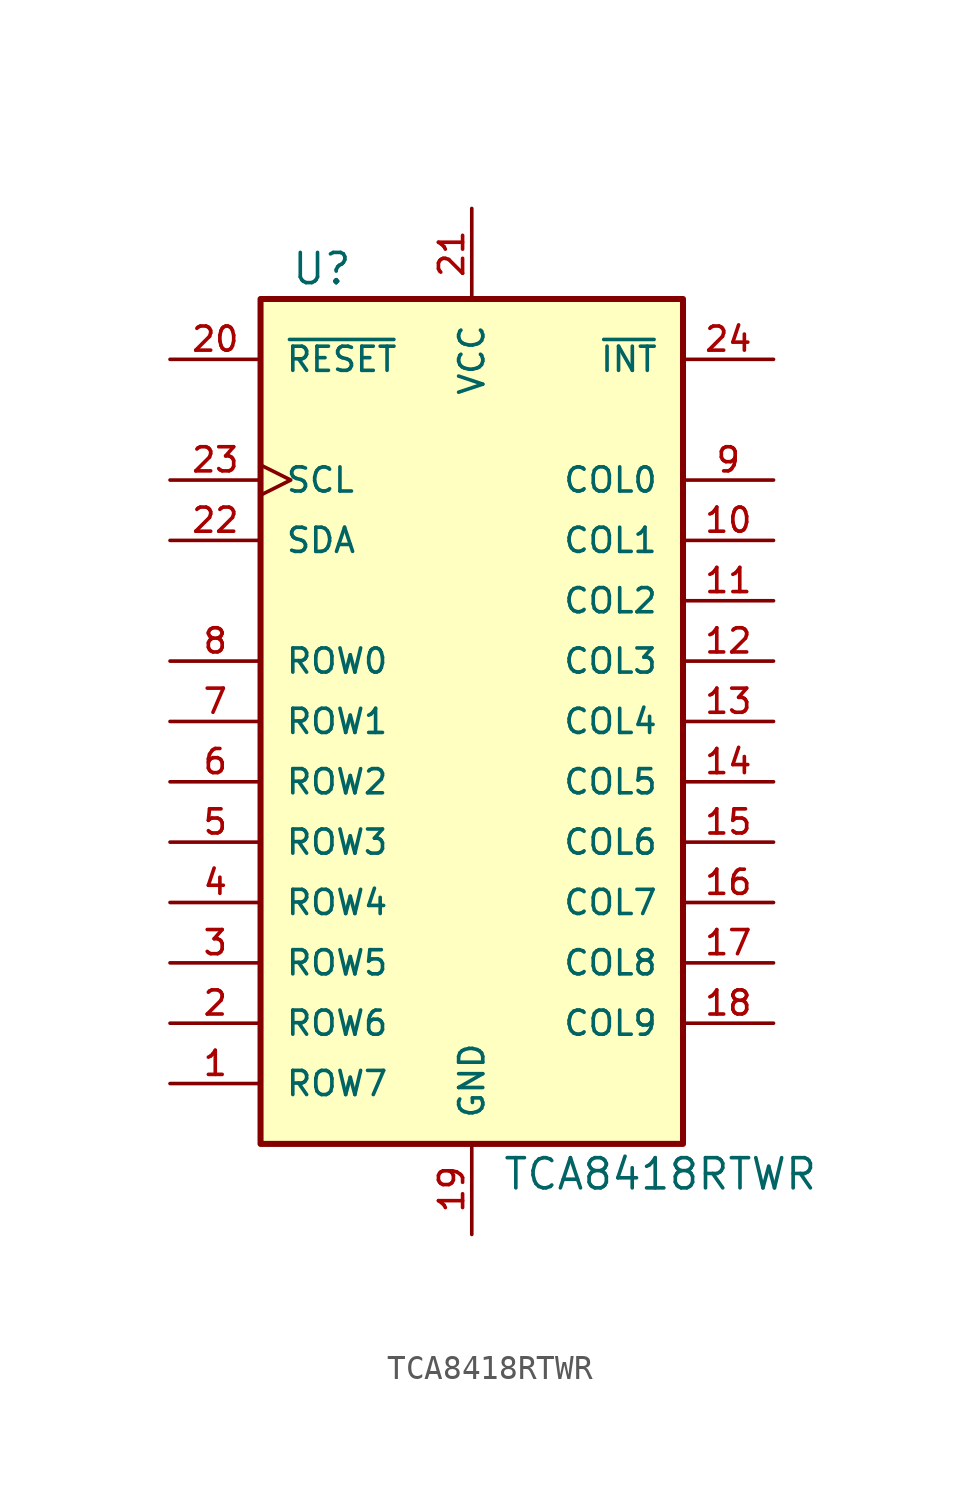
<source format=kicad_sym>
(kicad_symbol_lib
  (version 20241209)
  (generator "kicad_symbol_editor")
  (generator_version "9.0")
  (symbol "TCA8418RTWR"
    (pin_names
      (offset 1.016))
    (property "Reference" "U"
      (at -7.62 19.05 0)
      (effects (font (size 1.27 1.27)) (justify left)))
    (property "Value" "TCA8418RTWR"
      (at 1.27 -19.05 0)
      (effects (font (size 1.27 1.27)) (justify left)))
    (symbol "TCA8418RTWR_0_0"
      (rectangle (start -8.89 17.78) (end 8.89 -17.78) (stroke (width 0.254) (type default)) (fill (type background)))
      (pin input line (at -12.7 15.24 0) (length 3.81) (name "~{RESET}" (effects (font (size 1.016 1.016)))) (number "20" (effects (font (size 1.016 1.016)))))
      (pin input clock (at -12.7 10.16 0) (length 3.81) (name "SCL" (effects (font (size 1.016 1.016)))) (number "23" (effects (font (size 1.016 1.016)))))
      (pin bidirectional line (at -12.7 7.62 0) (length 3.81) (name "SDA" (effects (font (size 1.016 1.016)))) (number "22" (effects (font (size 1.016 1.016)))))
      (pin bidirectional line (at -12.7 2.54 0) (length 3.81) (name "ROW0" (effects (font (size 1.016 1.016)))) (number "8" (effects (font (size 1.016 1.016)))))
      (pin bidirectional line (at -12.7 0 0) (length 3.81) (name "ROW1" (effects (font (size 1.016 1.016)))) (number "7" (effects (font (size 1.016 1.016)))))
      (pin bidirectional line (at -12.7 -2.54 0) (length 3.81) (name "ROW2" (effects (font (size 1.016 1.016)))) (number "6" (effects (font (size 1.016 1.016)))))
      (pin bidirectional line (at -12.7 -5.08 0) (length 3.81) (name "ROW3" (effects (font (size 1.016 1.016)))) (number "5" (effects (font (size 1.016 1.016)))))
      (pin bidirectional line (at -12.7 -7.62 0) (length 3.81) (name "ROW4" (effects (font (size 1.016 1.016)))) (number "4" (effects (font (size 1.016 1.016)))))
      (pin bidirectional line (at -12.7 -10.16 0) (length 3.81) (name "ROW5" (effects (font (size 1.016 1.016)))) (number "3" (effects (font (size 1.016 1.016)))))
      (pin bidirectional line (at -12.7 -12.7 0) (length 3.81) (name "ROW6" (effects (font (size 1.016 1.016)))) (number "2" (effects (font (size 1.016 1.016)))))
      (pin bidirectional line (at -12.7 -15.24 0) (length 3.81) (name "ROW7" (effects (font (size 1.016 1.016)))) (number "1" (effects (font (size 1.016 1.016)))))
      (pin power_in line (at 0 21.59 270) (length 3.81) (name "VCC" (effects (font (size 1.016 1.016)))) (number "21" (effects (font (size 1.016 1.016)))))
      (pin power_in line (at 0 -21.59 90) (length 3.81) (name "GND" (effects (font (size 1.016 1.016)))) (number "19" (effects (font (size 1.016 1.016)))))
      (pin output line (at 12.7 15.24 180) (length 3.81) (name "~{INT}" (effects (font (size 1.016 1.016)))) (number "24" (effects (font (size 1.016 1.016)))))
      (pin bidirectional line (at 12.7 10.16 180) (length 3.81) (name "COL0" (effects (font (size 1.016 1.016)))) (number "9" (effects (font (size 1.016 1.016)))))
      (pin bidirectional line (at 12.7 7.62 180) (length 3.81) (name "COL1" (effects (font (size 1.016 1.016)))) (number "10" (effects (font (size 1.016 1.016)))))
      (pin bidirectional line (at 12.7 5.08 180) (length 3.81) (name "COL2" (effects (font (size 1.016 1.016)))) (number "11" (effects (font (size 1.016 1.016)))))
      (pin bidirectional line (at 12.7 2.54 180) (length 3.81) (name "COL3" (effects (font (size 1.016 1.016)))) (number "12" (effects (font (size 1.016 1.016)))))
      (pin bidirectional line (at 12.7 0 180) (length 3.81) (name "COL4" (effects (font (size 1.016 1.016)))) (number "13" (effects (font (size 1.016 1.016)))))
      (pin bidirectional line (at 12.7 -2.54 180) (length 3.81) (name "COL5" (effects (font (size 1.016 1.016)))) (number "14" (effects (font (size 1.016 1.016)))))
      (pin bidirectional line (at 12.7 -5.08 180) (length 3.81) (name "COL6" (effects (font (size 1.016 1.016)))) (number "15" (effects (font (size 1.016 1.016)))))
      (pin bidirectional line (at 12.7 -7.62 180) (length 3.81) (name "COL7" (effects (font (size 1.016 1.016)))) (number "16" (effects (font (size 1.016 1.016)))))
      (pin bidirectional line (at 12.7 -10.16 180) (length 3.81) (name "COL8" (effects (font (size 1.016 1.016)))) (number "17" (effects (font (size 1.016 1.016)))))
      (pin bidirectional line (at 12.7 -12.7 180) (length 3.81) (name "COL9" (effects (font (size 1.016 1.016)))) (number "18" (effects (font (size 1.016 1.016))))))
    (symbol "TCA8418RTWR_1_0"
      (pin passive line (at 0 -21.59 90) (length 3.81) (hide yes) (name "EP" (effects (font (size 1.016 1.016)))) (number "25" (effects (font (size 1.016 1.016))))))))
</source>
